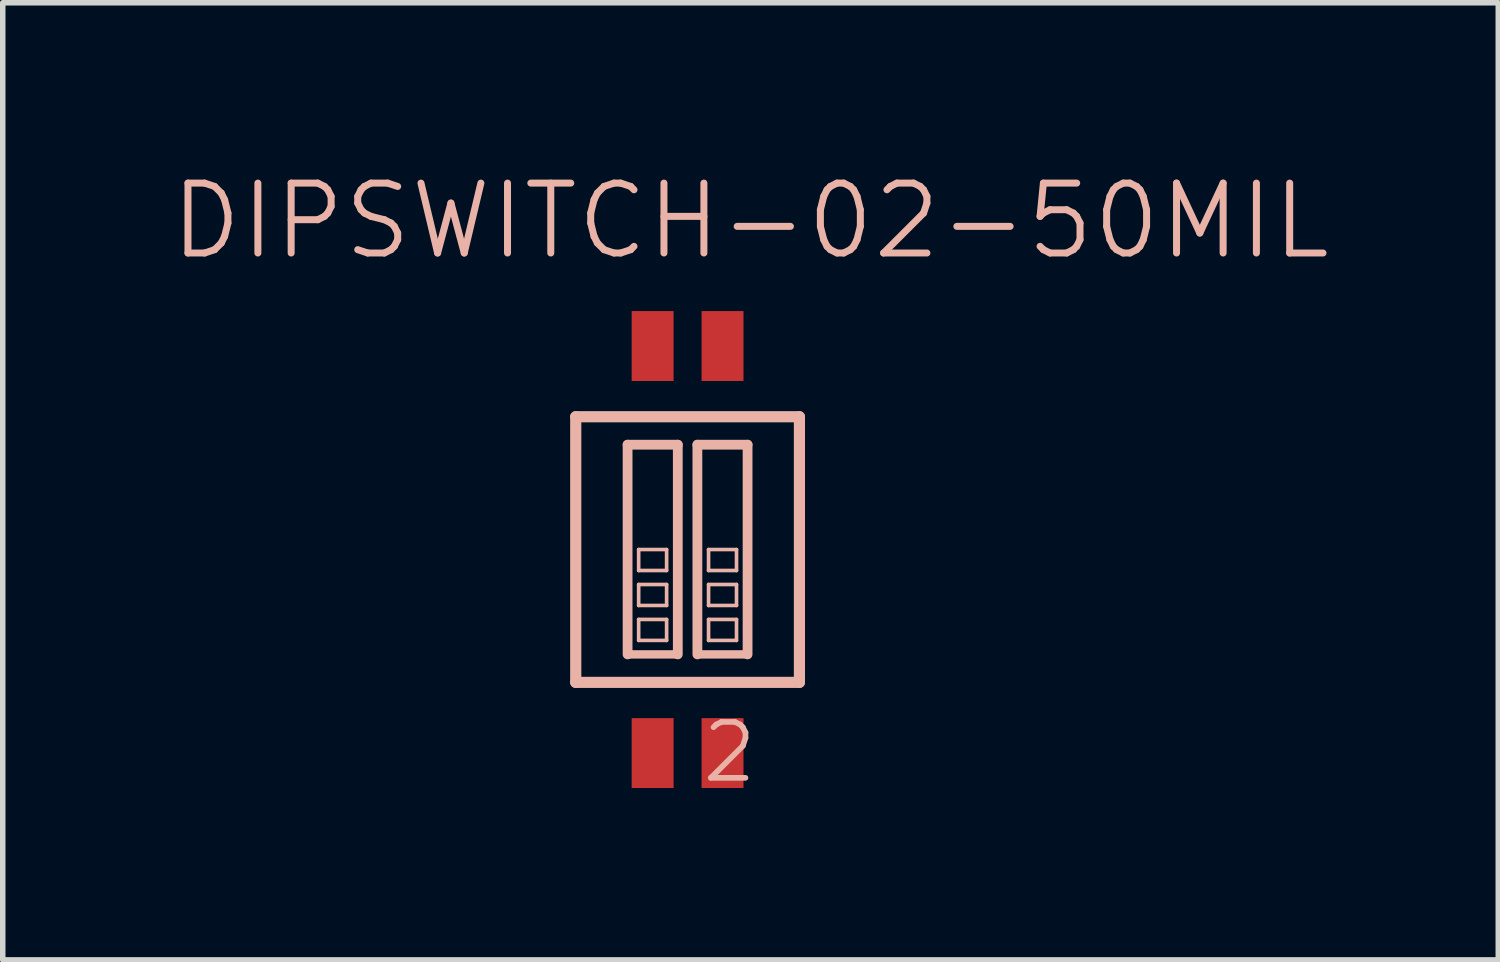
<source format=kicad_pcb>
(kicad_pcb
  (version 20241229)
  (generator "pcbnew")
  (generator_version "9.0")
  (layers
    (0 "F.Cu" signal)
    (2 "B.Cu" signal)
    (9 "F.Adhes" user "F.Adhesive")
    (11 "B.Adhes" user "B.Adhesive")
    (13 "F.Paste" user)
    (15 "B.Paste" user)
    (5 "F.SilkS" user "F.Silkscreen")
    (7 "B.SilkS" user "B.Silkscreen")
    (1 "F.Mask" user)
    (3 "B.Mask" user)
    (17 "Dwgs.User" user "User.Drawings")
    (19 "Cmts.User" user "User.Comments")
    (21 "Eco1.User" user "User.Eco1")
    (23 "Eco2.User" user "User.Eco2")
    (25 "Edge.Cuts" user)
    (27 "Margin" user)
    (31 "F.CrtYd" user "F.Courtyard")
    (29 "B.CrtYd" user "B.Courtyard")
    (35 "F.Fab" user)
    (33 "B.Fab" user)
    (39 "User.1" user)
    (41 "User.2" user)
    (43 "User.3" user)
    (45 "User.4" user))
  (footprint "DIPSWITCH-02-50MIL"
    (layer "F.Cu")
    (at 9.443 6.935)
    (property "Reference" "DIPSWITCH-02-50MIL" (at 1.143 -5.969 0) (layer "B.SilkS") (effects (font (size 1.27 1.27) (thickness 0.127))))
    (attr smd)
    (fp_line (start -2.032 -2.413) (end -2.032 2.413) (stroke (width 0.203) (type solid)) (layer "B.SilkS"))
    (fp_line (start -2.032 2.413) (end 2.032 2.413) (stroke (width 0.203) (type solid)) (layer "B.SilkS"))
    (fp_line (start -1.09 -1.905) (end -1.09 1.905) (stroke (width 0.178) (type solid)) (layer "B.SilkS"))
    (fp_line (start -1.09 -1.905) (end -0.178 -1.905) (stroke (width 0.178) (type solid)) (layer "B.SilkS"))
    (fp_line (start -0.889 0) (end -0.381 0) (stroke (width 0.066) (type solid)) (layer "B.SilkS"))
    (fp_line (start -0.889 0.381) (end -0.889 0) (stroke (width 0.066) (type solid)) (layer "B.SilkS"))
    (fp_line (start -0.889 0.381) (end -0.381 0.381) (stroke (width 0.066) (type solid)) (layer "B.SilkS"))
    (fp_line (start -0.889 0.635) (end -0.381 0.635) (stroke (width 0.066) (type solid)) (layer "B.SilkS"))
    (fp_line (start -0.889 1.016) (end -0.889 0.635) (stroke (width 0.066) (type solid)) (layer "B.SilkS"))
    (fp_line (start -0.889 1.016) (end -0.381 1.016) (stroke (width 0.066) (type solid)) (layer "B.SilkS"))
    (fp_line (start -0.889 1.27) (end -0.381 1.27) (stroke (width 0.066) (type solid)) (layer "B.SilkS"))
    (fp_line (start -0.889 1.651) (end -0.889 1.27) (stroke (width 0.066) (type solid)) (layer "B.SilkS"))
    (fp_line (start -0.889 1.651) (end -0.381 1.651) (stroke (width 0.066) (type solid)) (layer "B.SilkS"))
    (fp_line (start -0.381 0.381) (end -0.381 0) (stroke (width 0.066) (type solid)) (layer "B.SilkS"))
    (fp_line (start -0.381 1.016) (end -0.381 0.635) (stroke (width 0.066) (type solid)) (layer "B.SilkS"))
    (fp_line (start -0.381 1.651) (end -0.381 1.27) (stroke (width 0.066) (type solid)) (layer "B.SilkS"))
    (fp_line (start -0.178 1.905) (end -1.09 1.905) (stroke (width 0.152) (type solid)) (layer "B.SilkS"))
    (fp_line (start -0.178 1.905) (end -0.178 -1.905) (stroke (width 0.178) (type solid)) (layer "B.SilkS"))
    (fp_line (start 0.178 -1.905) (end 0.178 1.905) (stroke (width 0.178) (type solid)) (layer "B.SilkS"))
    (fp_line (start 0.178 -1.905) (end 1.09 -1.905) (stroke (width 0.178) (type solid)) (layer "B.SilkS"))
    (fp_line (start 0.381 0) (end 0.889 0) (stroke (width 0.066) (type solid)) (layer "B.SilkS"))
    (fp_line (start 0.381 0.381) (end 0.381 0) (stroke (width 0.066) (type solid)) (layer "B.SilkS"))
    (fp_line (start 0.381 0.381) (end 0.889 0.381) (stroke (width 0.066) (type solid)) (layer "B.SilkS"))
    (fp_line (start 0.381 0.635) (end 0.889 0.635) (stroke (width 0.066) (type solid)) (layer "B.SilkS"))
    (fp_line (start 0.381 1.016) (end 0.381 0.635) (stroke (width 0.066) (type solid)) (layer "B.SilkS"))
    (fp_line (start 0.381 1.016) (end 0.889 1.016) (stroke (width 0.066) (type solid)) (layer "B.SilkS"))
    (fp_line (start 0.381 1.27) (end 0.889 1.27) (stroke (width 0.066) (type solid)) (layer "B.SilkS"))
    (fp_line (start 0.381 1.651) (end 0.381 1.27) (stroke (width 0.066) (type solid)) (layer "B.SilkS"))
    (fp_line (start 0.381 1.651) (end 0.889 1.651) (stroke (width 0.066) (type solid)) (layer "B.SilkS"))
    (fp_line (start 0.889 0.381) (end 0.889 0) (stroke (width 0.066) (type solid)) (layer "B.SilkS"))
    (fp_line (start 0.889 1.016) (end 0.889 0.635) (stroke (width 0.066) (type solid)) (layer "B.SilkS"))
    (fp_line (start 0.889 1.651) (end 0.889 1.27) (stroke (width 0.066) (type solid)) (layer "B.SilkS"))
    (fp_line (start 1.09 1.905) (end 0.178 1.905) (stroke (width 0.152) (type solid)) (layer "B.SilkS"))
    (fp_line (start 1.09 1.905) (end 1.09 -1.905) (stroke (width 0.178) (type solid)) (layer "B.SilkS"))
    (fp_line (start 2.032 -2.413) (end -2.032 -2.413) (stroke (width 0.203) (type solid)) (layer "B.SilkS"))
    (fp_line (start 2.032 2.413) (end 2.032 -2.413) (stroke (width 0.203) (type solid)) (layer "B.SilkS"))
    (fp_text user "2" (at 0.762 3.683 0) (layer "B.SilkS") (effects (font (size 1.016 1.016) (thickness 0.102))))
    (pad "1" smd rect (at -0.635 3.698 90) (size 1.27 0.762) (layers "F.Cu" "F.Mask" "F.Paste"))
    (pad "2" smd rect (at 0.635 3.698 90) (size 1.27 0.762) (layers "F.Cu" "F.Mask" "F.Paste"))
    (pad "3" smd rect (at 0.635 -3.698 90) (size 1.27 0.762) (layers "F.Cu" "F.Mask" "F.Paste"))
    (pad "4" smd rect (at -0.635 -3.698 90) (size 1.27 0.762) (layers "F.Cu" "F.Mask" "F.Paste")))
  (gr_rect
    (start -3 -3)
    (end 24.173 14.391)
    (stroke (width 0.1) (type default))
    (fill no)
    (layer "Edge.Cuts")))
</source>
